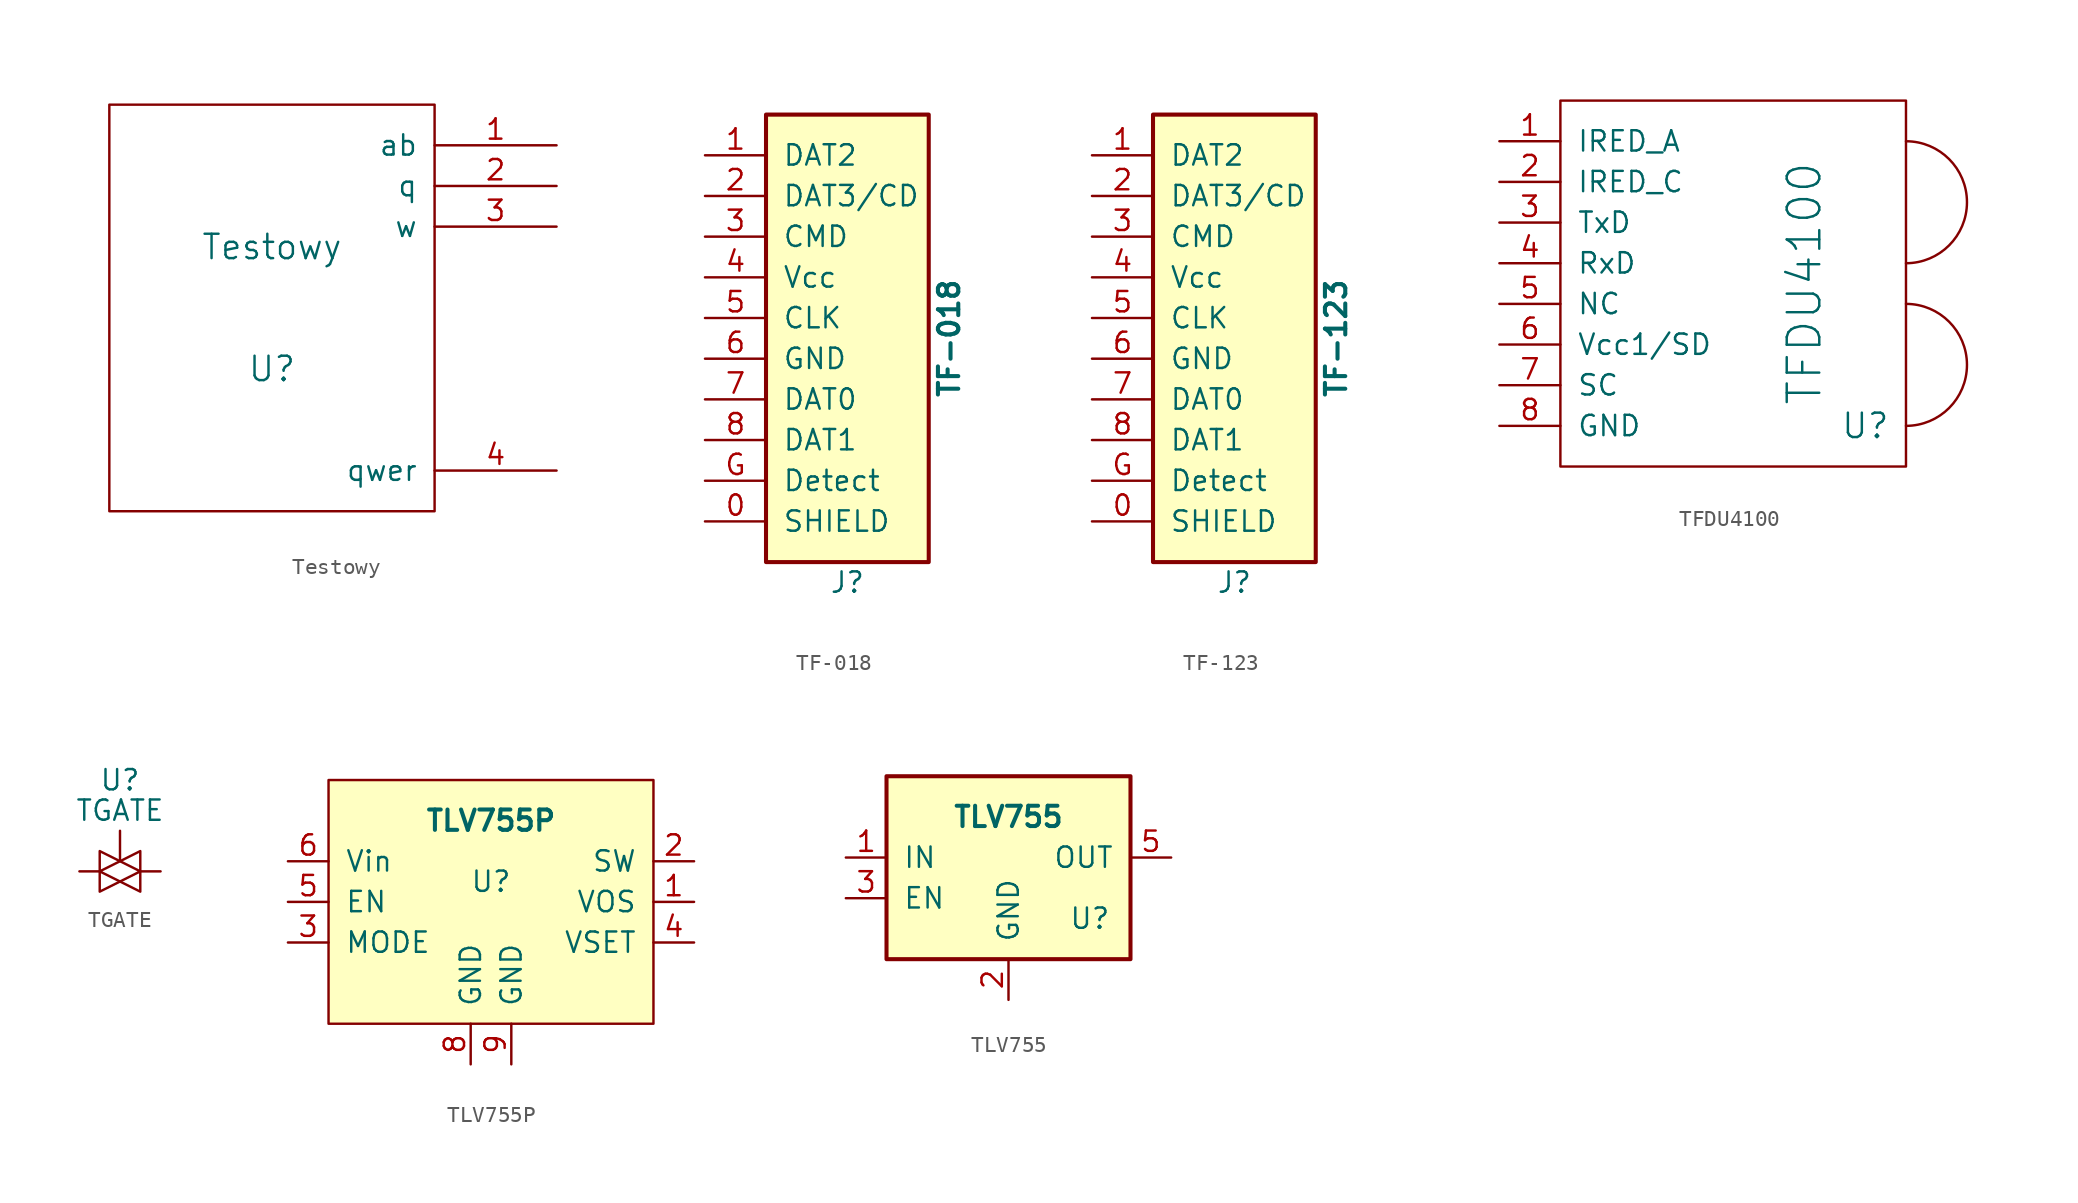
<source format=kicad_sym>
(kicad_symbol_lib
  (version 20231120)
  (generator "kicad_symbol_editor")
  (generator_version "8.0")
  (symbol "Testowy"
    (pin_names
      (offset 1.016))
    (property "Reference" "U"
      (at 0 -3.81 0)
      (effects (font (size 1.524 1.524))))
    (property "Value" "Testowy"
      (at 0 3.81 0)
      (effects (font (size 1.524 1.524))))
    (property "Footprint" ""
      (at 0 0 0)
      (effects (font (size 1.524 1.524))))
    (property "Datasheet" ""
      (at 0 0 0)
      (effects (font (size 1.524 1.524))))
    (symbol "Testowy_0_1"
      (rectangle (start -10.16 12.7) (end 10.16 -12.7) (stroke (width 0) (type default)) (fill (type none))))
    (symbol "Testowy_1_1"
      (pin passive line (at 17.78 10.16 180) (length 7.62) (name "ab" (effects (font (size 1.27 1.27)))) (number "1" (effects (font (size 1.27 1.27)))))
      (pin passive line (at 17.78 7.62 180) (length 7.62) (name "q" (effects (font (size 1.27 1.27)))) (number "2" (effects (font (size 1.27 1.27)))))
      (pin passive line (at 17.78 5.08 180) (length 7.62) (name "w" (effects (font (size 1.27 1.27)))) (number "3" (effects (font (size 1.27 1.27)))))
      (pin passive line (at 17.78 -10.16 180) (length 7.62) (name "qwer" (effects (font (size 1.27 1.27)))) (number "4" (effects (font (size 1.27 1.27)))))))
  (symbol "TF-018"
    (pin_names
      (offset 1.016))
    (property "Reference" "J"
      (at 0 -15.24 0)
      (effects (font (size 1.27 1.27))))
    (property "Value" "TF-018"
      (at 6.35 0 90)
      (effects (font (size 1.27 1.27) (bold yes))))
    (symbol "TF-018_0_1"
      (rectangle (start -5.08 13.97) (end 5.08 -13.97) (stroke (width 0.254) (type default)) (fill (type background))))
    (symbol "TF-018_1_1"
      (pin passive line (at -8.89 -11.43 0) (length 3.81) (name "SHIELD" (effects (font (size 1.27 1.27)))) (number "0" (effects (font (size 1.27 1.27)))))
      (pin passive line (at -8.89 11.43 0) (length 3.81) (name "DAT2" (effects (font (size 1.27 1.27)))) (number "1" (effects (font (size 1.27 1.27)))))
      (pin passive line (at -8.89 8.89 0) (length 3.81) (name "DAT3/CD" (effects (font (size 1.27 1.27)))) (number "2" (effects (font (size 1.27 1.27)))))
      (pin passive line (at -8.89 6.35 0) (length 3.81) (name "CMD" (effects (font (size 1.27 1.27)))) (number "3" (effects (font (size 1.27 1.27)))))
      (pin passive line (at -8.89 3.81 0) (length 3.81) (name "Vcc" (effects (font (size 1.27 1.27)))) (number "4" (effects (font (size 1.27 1.27)))))
      (pin passive line (at -8.89 1.27 0) (length 3.81) (name "CLK" (effects (font (size 1.27 1.27)))) (number "5" (effects (font (size 1.27 1.27)))))
      (pin passive line (at -8.89 -1.27 0) (length 3.81) (name "GND" (effects (font (size 1.27 1.27)))) (number "6" (effects (font (size 1.27 1.27)))))
      (pin passive line (at -8.89 -3.81 0) (length 3.81) (name "DAT0" (effects (font (size 1.27 1.27)))) (number "7" (effects (font (size 1.27 1.27)))))
      (pin passive line (at -8.89 -6.35 0) (length 3.81) (name "DAT1" (effects (font (size 1.27 1.27)))) (number "8" (effects (font (size 1.27 1.27)))))
      (pin passive line (at -8.89 -8.89 0) (length 3.81) (name "Detect" (effects (font (size 1.27 1.27)))) (number "G" (effects (font (size 1.27 1.27)))))))
  (symbol "TF-123"
    (pin_names
      (offset 1.016))
    (property "Reference" "J"
      (at 0 -15.24 0)
      (effects (font (size 1.27 1.27))))
    (property "Value" "TF-123"
      (at 6.35 0 90)
      (effects (font (size 1.27 1.27) (bold yes))))
    (symbol "TF-123_0_1"
      (rectangle (start -5.08 13.97) (end 5.08 -13.97) (stroke (width 0.254) (type default)) (fill (type background))))
    (symbol "TF-123_1_1"
      (pin passive line (at -8.89 -11.43 0) (length 3.81) (name "SHIELD" (effects (font (size 1.27 1.27)))) (number "0" (effects (font (size 1.27 1.27)))))
      (pin passive line (at -8.89 11.43 0) (length 3.81) (name "DAT2" (effects (font (size 1.27 1.27)))) (number "1" (effects (font (size 1.27 1.27)))))
      (pin passive line (at -8.89 8.89 0) (length 3.81) (name "DAT3/CD" (effects (font (size 1.27 1.27)))) (number "2" (effects (font (size 1.27 1.27)))))
      (pin passive line (at -8.89 6.35 0) (length 3.81) (name "CMD" (effects (font (size 1.27 1.27)))) (number "3" (effects (font (size 1.27 1.27)))))
      (pin passive line (at -8.89 3.81 0) (length 3.81) (name "Vcc" (effects (font (size 1.27 1.27)))) (number "4" (effects (font (size 1.27 1.27)))))
      (pin passive line (at -8.89 1.27 0) (length 3.81) (name "CLK" (effects (font (size 1.27 1.27)))) (number "5" (effects (font (size 1.27 1.27)))))
      (pin passive line (at -8.89 -1.27 0) (length 3.81) (name "GND" (effects (font (size 1.27 1.27)))) (number "6" (effects (font (size 1.27 1.27)))))
      (pin passive line (at -8.89 -3.81 0) (length 3.81) (name "DAT0" (effects (font (size 1.27 1.27)))) (number "7" (effects (font (size 1.27 1.27)))))
      (pin passive line (at -8.89 -6.35 0) (length 3.81) (name "DAT1" (effects (font (size 1.27 1.27)))) (number "8" (effects (font (size 1.27 1.27)))))
      (pin passive line (at -8.89 -8.89 0) (length 3.81) (name "Detect" (effects (font (size 1.27 1.27)))) (number "G" (effects (font (size 1.27 1.27)))))))
  (symbol "TFDU4100"
    (pin_names
      (offset 1.016))
    (property "Reference" "U"
      (at 3.81 -8.89 0)
      (effects (font (size 1.524 1.524))))
    (property "Value" "TFDU4100"
      (at 0 0 90)
      (effects (font (size 2.032 2.032))))
    (property "Footprint" ""
      (at 0 0 0)
      (effects (font (size 1.524 1.524))))
    (property "Datasheet" ""
      (at 0 0 0)
      (effects (font (size 1.524 1.524))))
    (symbol "TFDU4100_0_1"
      (rectangle (start -15.24 11.43) (end 6.35 -11.43) (stroke (width 0) (type default)) (fill (type none)))
      (arc (start 6.35 -8.89) (mid 10.1434 -5.08) (end 6.35 -1.27) (stroke (width 0) (type default)) (fill (type none)))
      (arc (start 6.35 1.27) (mid 10.1434 5.08) (end 6.35 8.89) (stroke (width 0) (type default)) (fill (type none))))
    (symbol "TFDU4100_1_1"
      (pin passive line (at -19.05 8.89 0) (length 3.81) (name "IRED_A" (effects (font (size 1.27 1.27)))) (number "1" (effects (font (size 1.27 1.27)))))
      (pin passive line (at -19.05 6.35 0) (length 3.81) (name "IRED_C" (effects (font (size 1.27 1.27)))) (number "2" (effects (font (size 1.27 1.27)))))
      (pin passive line (at -19.05 3.81 0) (length 3.81) (name "TxD" (effects (font (size 1.27 1.27)))) (number "3" (effects (font (size 1.27 1.27)))))
      (pin passive line (at -19.05 1.27 0) (length 3.81) (name "RxD" (effects (font (size 1.27 1.27)))) (number "4" (effects (font (size 1.27 1.27)))))
      (pin passive line (at -19.05 -1.27 0) (length 3.81) (name "NC" (effects (font (size 1.27 1.27)))) (number "5" (effects (font (size 1.27 1.27)))))
      (pin passive line (at -19.05 -3.81 0) (length 3.81) (name "Vcc1/SD" (effects (font (size 1.27 1.27)))) (number "6" (effects (font (size 1.27 1.27)))))
      (pin passive line (at -19.05 -6.35 0) (length 3.81) (name "SC" (effects (font (size 1.27 1.27)))) (number "7" (effects (font (size 1.27 1.27)))))
      (pin passive line (at -19.05 -8.89 0) (length 3.81) (name "GND" (effects (font (size 1.27 1.27)))) (number "8" (effects (font (size 1.27 1.27)))))))
  (symbol "TGATE"
    (pin_numbers hide)
    (pin_names
      (offset 0) hide)
    (property "Reference" "U"
      (at 0 5.715 0)
      (effects (font (size 1.27 1.27))))
    (property "Value" "TGATE"
      (at 0 3.81 0)
      (effects (font (size 1.27 1.27))))
    (property "Footprint" ""
      (at 0 0 0)
      (effects (font (size 1.524 1.524))))
    (property "Datasheet" ""
      (at 0 0 0)
      (effects (font (size 1.524 1.524))))
    (symbol "TGATE_0_1"
      (polyline (pts (xy -1.27 0) (xy 1.27 1.27) (xy 1.27 -1.27) (xy -1.27 0)) (stroke (width 0) (type default)) (fill (type none)))
      (polyline (pts (xy -1.27 1.27) (xy -1.27 -1.27) (xy 1.27 0) (xy -1.27 1.27)) (stroke (width 0) (type default)) (fill (type none))))
    (symbol "TGATE_1_1"
      (pin input line (at -2.54 0 0) (length 1.27) (name "~" (effects (font (size 1.27 1.27)))) (number "~" (effects (font (size 1.27 1.27)))))
      (pin input line (at 0 2.54 270) (length 1.778) (name "~" (effects (font (size 1.27 1.27)))) (number "~" (effects (font (size 1.27 1.27)))))
      (pin input line (at 2.54 0 180) (length 1.27) (name "~" (effects (font (size 1.27 1.27)))) (number "~" (effects (font (size 1.27 1.27)))))))
  (symbol "TLV755P"
    (pin_names
      (offset 1.016))
    (property "Reference" "U"
      (at 0 1.27 0)
      (effects (font (size 1.27 1.27))))
    (property "Value" "TLV755P"
      (at 0 5.08 0)
      (effects (font (size 1.27 1.27) (bold yes))))
    (symbol "TLV755P_0_1"
      (rectangle (start 10.16 -7.62) (end -10.16 7.62) (stroke (width 0) (type default)) (fill (type background))))
    (symbol "TLV755P_1_1"
      (pin passive line (at 12.7 0 180) (length 2.54) (name "VOS" (effects (font (size 1.27 1.27)))) (number "1" (effects (font (size 1.27 1.27)))))
      (pin passive line (at 12.7 2.54 180) (length 2.54) (name "SW" (effects (font (size 1.27 1.27)))) (number "2" (effects (font (size 1.27 1.27)))))
      (pin passive line (at -12.7 -2.54 0) (length 2.54) (name "MODE" (effects (font (size 1.27 1.27)))) (number "3" (effects (font (size 1.27 1.27)))))
      (pin passive line (at 12.7 -2.54 180) (length 2.54) (name "VSET" (effects (font (size 1.27 1.27)))) (number "4" (effects (font (size 1.27 1.27)))))
      (pin passive line (at -12.7 0 0) (length 2.54) (name "EN" (effects (font (size 1.27 1.27)))) (number "5" (effects (font (size 1.27 1.27)))))
      (pin passive line (at -12.7 2.54 0) (length 2.54) (name "Vin" (effects (font (size 1.27 1.27)))) (number "6" (effects (font (size 1.27 1.27)))))
      (pin passive line (at -1.27 -10.16 90) (length 2.54) (name "GND" (effects (font (size 1.27 1.27)))) (number "8" (effects (font (size 1.27 1.27)))))
      (pin passive line (at 1.27 -10.16 90) (length 2.54) (name "GND" (effects (font (size 1.27 1.27)))) (number "9" (effects (font (size 1.27 1.27)))))))
  (symbol "TLV755"
    (pin_names
      (offset 1.016))
    (property "Reference" "U"
      (at 5.08 -2.54 0)
      (effects (font (size 1.27 1.27))))
    (property "Value" "TLV755"
      (at 0 3.81 0)
      (effects (font (size 1.27 1.27) (bold yes))))
    (symbol "TLV755_0_1"
      (rectangle (start -7.62 6.35) (end 7.62 -5.08) (stroke (width 0.254) (type default)) (fill (type background))))
    (symbol "TLV755_1_1"
      (pin passive line (at -10.16 1.27 0) (length 2.54) (name "IN" (effects (font (size 1.27 1.27)))) (number "1" (effects (font (size 1.27 1.27)))))
      (pin passive line (at 0 -7.62 90) (length 2.54) (name "GND" (effects (font (size 1.27 1.27)))) (number "2" (effects (font (size 1.27 1.27)))))
      (pin passive line (at -10.16 -1.27 0) (length 2.54) (name "EN" (effects (font (size 1.27 1.27)))) (number "3" (effects (font (size 1.27 1.27)))))
      (pin no_connect line (at -7.62 -3.81 0) (length 2.54) hide (name "NC" (effects (font (size 1.27 1.27)))) (number "4" (effects (font (size 1.27 1.27)))))
      (pin passive line (at 10.16 1.27 180) (length 2.54) (name "OUT" (effects (font (size 1.27 1.27)))) (number "5" (effects (font (size 1.27 1.27))))))))
</source>
